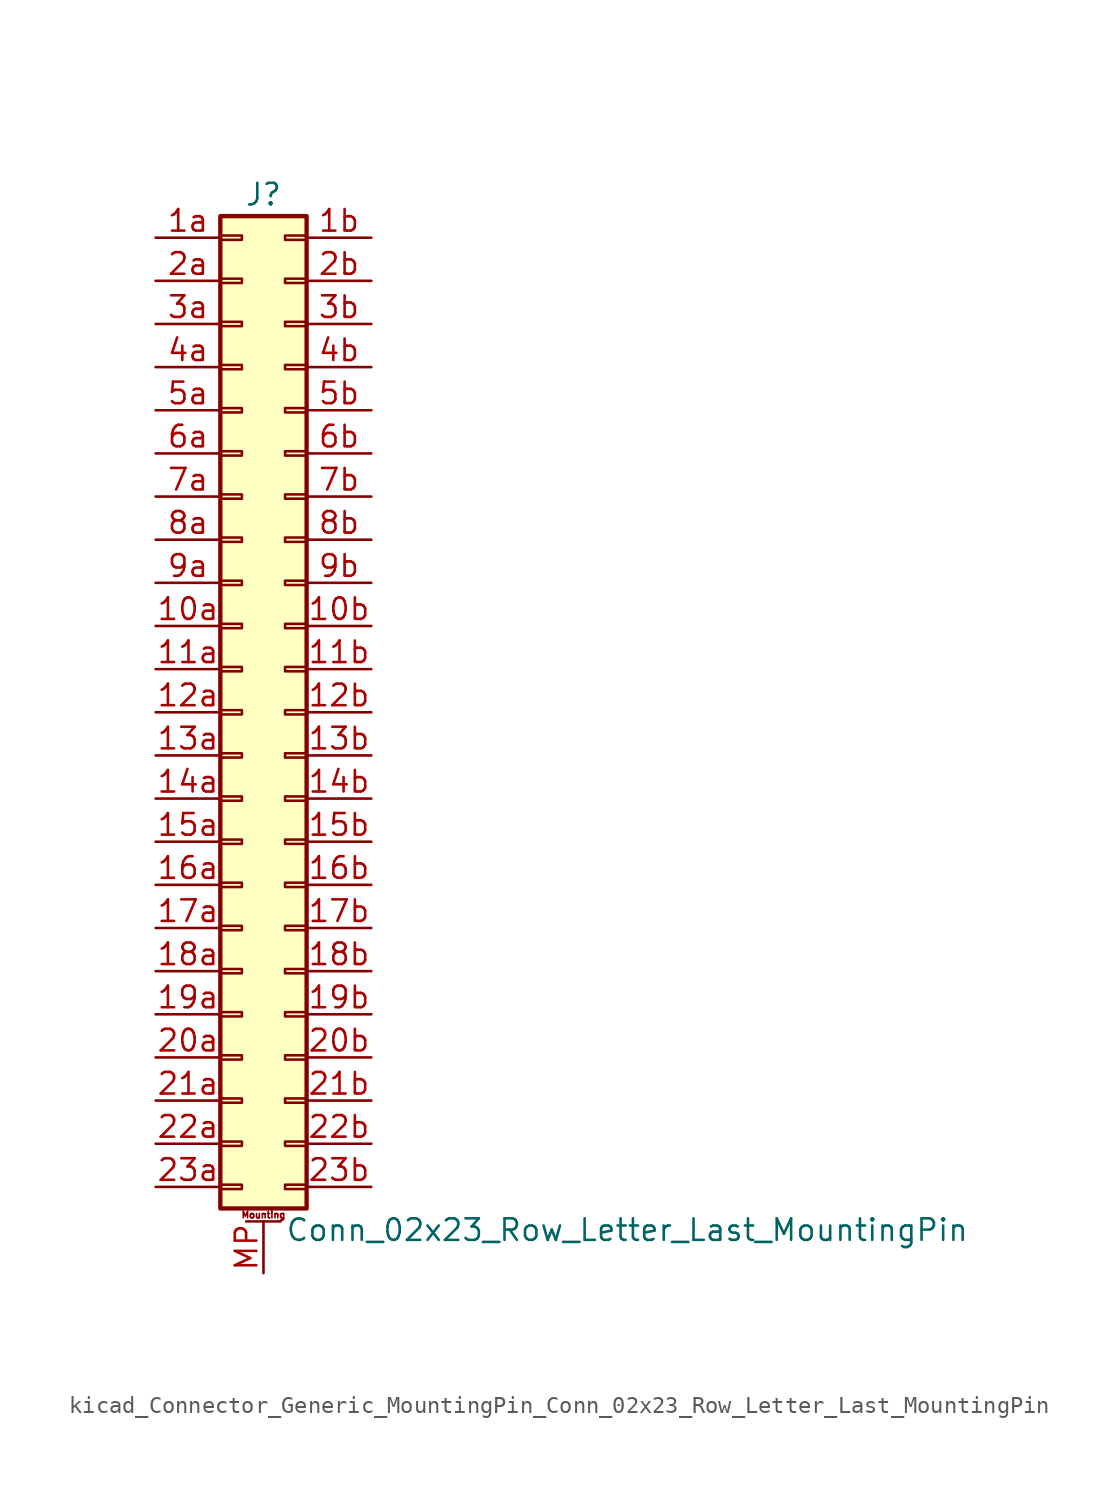
<source format=kicad_sym>
(kicad_symbol_lib
  (version 20220914)
  (generator kicad_symbol_editor)
  (symbol "kicad_Connector_Generic_MountingPin_Conn_02x23_Row_Letter_Last_MountingPin"
    (pin_names
      (offset 1.016) hide)
    (property "Reference" "J"
      (at 1.27 30.48 0)
      (effects (font (size 1.27 1.27))))
    (property "Value" "Conn_02x23_Row_Letter_Last_MountingPin"
      (at 2.54 -30.48 0)
      (effects (font (size 1.27 1.27)) (justify left)))
    (symbol "kicad_Connector_Generic_MountingPin_Conn_02x23_Row_Letter_Last_MountingPin_1_1"
      (rectangle (start -1.27 -27.813) (end 0 -28.067) (stroke (width 0.152) (type default)) (fill (type none)))
      (rectangle (start -1.27 -25.273) (end 0 -25.527) (stroke (width 0.152) (type default)) (fill (type none)))
      (rectangle (start -1.27 -22.733) (end 0 -22.987) (stroke (width 0.152) (type default)) (fill (type none)))
      (rectangle (start -1.27 -20.193) (end 0 -20.447) (stroke (width 0.152) (type default)) (fill (type none)))
      (rectangle (start -1.27 -17.653) (end 0 -17.907) (stroke (width 0.152) (type default)) (fill (type none)))
      (rectangle (start -1.27 -15.113) (end 0 -15.367) (stroke (width 0.152) (type default)) (fill (type none)))
      (rectangle (start -1.27 -12.573) (end 0 -12.827) (stroke (width 0.152) (type default)) (fill (type none)))
      (rectangle (start -1.27 -10.033) (end 0 -10.287) (stroke (width 0.152) (type default)) (fill (type none)))
      (rectangle (start -1.27 -7.493) (end 0 -7.747) (stroke (width 0.152) (type default)) (fill (type none)))
      (rectangle (start -1.27 -4.953) (end 0 -5.207) (stroke (width 0.152) (type default)) (fill (type none)))
      (rectangle (start -1.27 -2.413) (end 0 -2.667) (stroke (width 0.152) (type default)) (fill (type none)))
      (rectangle (start -1.27 0.127) (end 0 -0.127) (stroke (width 0.152) (type default)) (fill (type none)))
      (rectangle (start -1.27 2.667) (end 0 2.413) (stroke (width 0.152) (type default)) (fill (type none)))
      (rectangle (start -1.27 5.207) (end 0 4.953) (stroke (width 0.152) (type default)) (fill (type none)))
      (rectangle (start -1.27 7.747) (end 0 7.493) (stroke (width 0.152) (type default)) (fill (type none)))
      (rectangle (start -1.27 10.287) (end 0 10.033) (stroke (width 0.152) (type default)) (fill (type none)))
      (rectangle (start -1.27 12.827) (end 0 12.573) (stroke (width 0.152) (type default)) (fill (type none)))
      (rectangle (start -1.27 15.367) (end 0 15.113) (stroke (width 0.152) (type default)) (fill (type none)))
      (rectangle (start -1.27 17.907) (end 0 17.653) (stroke (width 0.152) (type default)) (fill (type none)))
      (rectangle (start -1.27 20.447) (end 0 20.193) (stroke (width 0.152) (type default)) (fill (type none)))
      (rectangle (start -1.27 22.987) (end 0 22.733) (stroke (width 0.152) (type default)) (fill (type none)))
      (rectangle (start -1.27 25.527) (end 0 25.273) (stroke (width 0.152) (type default)) (fill (type none)))
      (rectangle (start -1.27 28.067) (end 0 27.813) (stroke (width 0.152) (type default)) (fill (type none)))
      (rectangle (start -1.27 29.21) (end 3.81 -29.21) (stroke (width 0.254) (type default)) (fill (type background)))
      (polyline (pts (xy 0.254 -29.972) (xy 2.286 -29.972)) (stroke (width 0.152) (type default)) (fill (type none)))
      (rectangle (start 3.81 -27.813) (end 2.54 -28.067) (stroke (width 0.152) (type default)) (fill (type none)))
      (rectangle (start 3.81 -25.273) (end 2.54 -25.527) (stroke (width 0.152) (type default)) (fill (type none)))
      (rectangle (start 3.81 -22.733) (end 2.54 -22.987) (stroke (width 0.152) (type default)) (fill (type none)))
      (rectangle (start 3.81 -20.193) (end 2.54 -20.447) (stroke (width 0.152) (type default)) (fill (type none)))
      (rectangle (start 3.81 -17.653) (end 2.54 -17.907) (stroke (width 0.152) (type default)) (fill (type none)))
      (rectangle (start 3.81 -15.113) (end 2.54 -15.367) (stroke (width 0.152) (type default)) (fill (type none)))
      (rectangle (start 3.81 -12.573) (end 2.54 -12.827) (stroke (width 0.152) (type default)) (fill (type none)))
      (rectangle (start 3.81 -10.033) (end 2.54 -10.287) (stroke (width 0.152) (type default)) (fill (type none)))
      (rectangle (start 3.81 -7.493) (end 2.54 -7.747) (stroke (width 0.152) (type default)) (fill (type none)))
      (rectangle (start 3.81 -4.953) (end 2.54 -5.207) (stroke (width 0.152) (type default)) (fill (type none)))
      (rectangle (start 3.81 -2.413) (end 2.54 -2.667) (stroke (width 0.152) (type default)) (fill (type none)))
      (rectangle (start 3.81 0.127) (end 2.54 -0.127) (stroke (width 0.152) (type default)) (fill (type none)))
      (rectangle (start 3.81 2.667) (end 2.54 2.413) (stroke (width 0.152) (type default)) (fill (type none)))
      (rectangle (start 3.81 5.207) (end 2.54 4.953) (stroke (width 0.152) (type default)) (fill (type none)))
      (rectangle (start 3.81 7.747) (end 2.54 7.493) (stroke (width 0.152) (type default)) (fill (type none)))
      (rectangle (start 3.81 10.287) (end 2.54 10.033) (stroke (width 0.152) (type default)) (fill (type none)))
      (rectangle (start 3.81 12.827) (end 2.54 12.573) (stroke (width 0.152) (type default)) (fill (type none)))
      (rectangle (start 3.81 15.367) (end 2.54 15.113) (stroke (width 0.152) (type default)) (fill (type none)))
      (rectangle (start 3.81 17.907) (end 2.54 17.653) (stroke (width 0.152) (type default)) (fill (type none)))
      (rectangle (start 3.81 20.447) (end 2.54 20.193) (stroke (width 0.152) (type default)) (fill (type none)))
      (rectangle (start 3.81 22.987) (end 2.54 22.733) (stroke (width 0.152) (type default)) (fill (type none)))
      (rectangle (start 3.81 25.527) (end 2.54 25.273) (stroke (width 0.152) (type default)) (fill (type none)))
      (rectangle (start 3.81 28.067) (end 2.54 27.813) (stroke (width 0.152) (type default)) (fill (type none)))
      (text "Mounting" (at 1.27 -29.591 0) (effects (font (size 0.381 0.381))))
      (pin passive line (at -5.08 5.08 0) (length 3.81) (name "Pin_10a" (effects (font (size 1.27 1.27)))) (number "10a" (effects (font (size 1.27 1.27)))))
      (pin passive line (at 7.62 5.08 180) (length 3.81) (name "Pin_10b" (effects (font (size 1.27 1.27)))) (number "10b" (effects (font (size 1.27 1.27)))))
      (pin passive line (at -5.08 2.54 0) (length 3.81) (name "Pin_11a" (effects (font (size 1.27 1.27)))) (number "11a" (effects (font (size 1.27 1.27)))))
      (pin passive line (at 7.62 2.54 180) (length 3.81) (name "Pin_11b" (effects (font (size 1.27 1.27)))) (number "11b" (effects (font (size 1.27 1.27)))))
      (pin passive line (at -5.08 0 0) (length 3.81) (name "Pin_12a" (effects (font (size 1.27 1.27)))) (number "12a" (effects (font (size 1.27 1.27)))))
      (pin passive line (at 7.62 0 180) (length 3.81) (name "Pin_12b" (effects (font (size 1.27 1.27)))) (number "12b" (effects (font (size 1.27 1.27)))))
      (pin passive line (at -5.08 -2.54 0) (length 3.81) (name "Pin_13a" (effects (font (size 1.27 1.27)))) (number "13a" (effects (font (size 1.27 1.27)))))
      (pin passive line (at 7.62 -2.54 180) (length 3.81) (name "Pin_13b" (effects (font (size 1.27 1.27)))) (number "13b" (effects (font (size 1.27 1.27)))))
      (pin passive line (at -5.08 -5.08 0) (length 3.81) (name "Pin_14a" (effects (font (size 1.27 1.27)))) (number "14a" (effects (font (size 1.27 1.27)))))
      (pin passive line (at 7.62 -5.08 180) (length 3.81) (name "Pin_14b" (effects (font (size 1.27 1.27)))) (number "14b" (effects (font (size 1.27 1.27)))))
      (pin passive line (at -5.08 -7.62 0) (length 3.81) (name "Pin_15a" (effects (font (size 1.27 1.27)))) (number "15a" (effects (font (size 1.27 1.27)))))
      (pin passive line (at 7.62 -7.62 180) (length 3.81) (name "Pin_15b" (effects (font (size 1.27 1.27)))) (number "15b" (effects (font (size 1.27 1.27)))))
      (pin passive line (at -5.08 -10.16 0) (length 3.81) (name "Pin_16a" (effects (font (size 1.27 1.27)))) (number "16a" (effects (font (size 1.27 1.27)))))
      (pin passive line (at 7.62 -10.16 180) (length 3.81) (name "Pin_16b" (effects (font (size 1.27 1.27)))) (number "16b" (effects (font (size 1.27 1.27)))))
      (pin passive line (at -5.08 -12.7 0) (length 3.81) (name "Pin_17a" (effects (font (size 1.27 1.27)))) (number "17a" (effects (font (size 1.27 1.27)))))
      (pin passive line (at 7.62 -12.7 180) (length 3.81) (name "Pin_17b" (effects (font (size 1.27 1.27)))) (number "17b" (effects (font (size 1.27 1.27)))))
      (pin passive line (at -5.08 -15.24 0) (length 3.81) (name "Pin_18a" (effects (font (size 1.27 1.27)))) (number "18a" (effects (font (size 1.27 1.27)))))
      (pin passive line (at 7.62 -15.24 180) (length 3.81) (name "Pin_18b" (effects (font (size 1.27 1.27)))) (number "18b" (effects (font (size 1.27 1.27)))))
      (pin passive line (at -5.08 -17.78 0) (length 3.81) (name "Pin_19a" (effects (font (size 1.27 1.27)))) (number "19a" (effects (font (size 1.27 1.27)))))
      (pin passive line (at 7.62 -17.78 180) (length 3.81) (name "Pin_19b" (effects (font (size 1.27 1.27)))) (number "19b" (effects (font (size 1.27 1.27)))))
      (pin passive line (at -5.08 27.94 0) (length 3.81) (name "Pin_1a" (effects (font (size 1.27 1.27)))) (number "1a" (effects (font (size 1.27 1.27)))))
      (pin passive line (at 7.62 27.94 180) (length 3.81) (name "Pin_1b" (effects (font (size 1.27 1.27)))) (number "1b" (effects (font (size 1.27 1.27)))))
      (pin passive line (at -5.08 -20.32 0) (length 3.81) (name "Pin_20a" (effects (font (size 1.27 1.27)))) (number "20a" (effects (font (size 1.27 1.27)))))
      (pin passive line (at 7.62 -20.32 180) (length 3.81) (name "Pin_20b" (effects (font (size 1.27 1.27)))) (number "20b" (effects (font (size 1.27 1.27)))))
      (pin passive line (at -5.08 -22.86 0) (length 3.81) (name "Pin_21a" (effects (font (size 1.27 1.27)))) (number "21a" (effects (font (size 1.27 1.27)))))
      (pin passive line (at 7.62 -22.86 180) (length 3.81) (name "Pin_21b" (effects (font (size 1.27 1.27)))) (number "21b" (effects (font (size 1.27 1.27)))))
      (pin passive line (at -5.08 -25.4 0) (length 3.81) (name "Pin_22a" (effects (font (size 1.27 1.27)))) (number "22a" (effects (font (size 1.27 1.27)))))
      (pin passive line (at 7.62 -25.4 180) (length 3.81) (name "Pin_22b" (effects (font (size 1.27 1.27)))) (number "22b" (effects (font (size 1.27 1.27)))))
      (pin passive line (at -5.08 -27.94 0) (length 3.81) (name "Pin_23a" (effects (font (size 1.27 1.27)))) (number "23a" (effects (font (size 1.27 1.27)))))
      (pin passive line (at 7.62 -27.94 180) (length 3.81) (name "Pin_23b" (effects (font (size 1.27 1.27)))) (number "23b" (effects (font (size 1.27 1.27)))))
      (pin passive line (at -5.08 25.4 0) (length 3.81) (name "Pin_2a" (effects (font (size 1.27 1.27)))) (number "2a" (effects (font (size 1.27 1.27)))))
      (pin passive line (at 7.62 25.4 180) (length 3.81) (name "Pin_2b" (effects (font (size 1.27 1.27)))) (number "2b" (effects (font (size 1.27 1.27)))))
      (pin passive line (at -5.08 22.86 0) (length 3.81) (name "Pin_3a" (effects (font (size 1.27 1.27)))) (number "3a" (effects (font (size 1.27 1.27)))))
      (pin passive line (at 7.62 22.86 180) (length 3.81) (name "Pin_3b" (effects (font (size 1.27 1.27)))) (number "3b" (effects (font (size 1.27 1.27)))))
      (pin passive line (at -5.08 20.32 0) (length 3.81) (name "Pin_4a" (effects (font (size 1.27 1.27)))) (number "4a" (effects (font (size 1.27 1.27)))))
      (pin passive line (at 7.62 20.32 180) (length 3.81) (name "Pin_4b" (effects (font (size 1.27 1.27)))) (number "4b" (effects (font (size 1.27 1.27)))))
      (pin passive line (at -5.08 17.78 0) (length 3.81) (name "Pin_5a" (effects (font (size 1.27 1.27)))) (number "5a" (effects (font (size 1.27 1.27)))))
      (pin passive line (at 7.62 17.78 180) (length 3.81) (name "Pin_5b" (effects (font (size 1.27 1.27)))) (number "5b" (effects (font (size 1.27 1.27)))))
      (pin passive line (at -5.08 15.24 0) (length 3.81) (name "Pin_6a" (effects (font (size 1.27 1.27)))) (number "6a" (effects (font (size 1.27 1.27)))))
      (pin passive line (at 7.62 15.24 180) (length 3.81) (name "Pin_6b" (effects (font (size 1.27 1.27)))) (number "6b" (effects (font (size 1.27 1.27)))))
      (pin passive line (at -5.08 12.7 0) (length 3.81) (name "Pin_7a" (effects (font (size 1.27 1.27)))) (number "7a" (effects (font (size 1.27 1.27)))))
      (pin passive line (at 7.62 12.7 180) (length 3.81) (name "Pin_7b" (effects (font (size 1.27 1.27)))) (number "7b" (effects (font (size 1.27 1.27)))))
      (pin passive line (at -5.08 10.16 0) (length 3.81) (name "Pin_8a" (effects (font (size 1.27 1.27)))) (number "8a" (effects (font (size 1.27 1.27)))))
      (pin passive line (at 7.62 10.16 180) (length 3.81) (name "Pin_8b" (effects (font (size 1.27 1.27)))) (number "8b" (effects (font (size 1.27 1.27)))))
      (pin passive line (at -5.08 7.62 0) (length 3.81) (name "Pin_9a" (effects (font (size 1.27 1.27)))) (number "9a" (effects (font (size 1.27 1.27)))))
      (pin passive line (at 7.62 7.62 180) (length 3.81) (name "Pin_9b" (effects (font (size 1.27 1.27)))) (number "9b" (effects (font (size 1.27 1.27)))))
      (pin passive line (at 1.27 -33.02 90) (length 3.048) (name "MountPin" (effects (font (size 1.27 1.27)))) (number "MP" (effects (font (size 1.27 1.27))))))))
</source>
